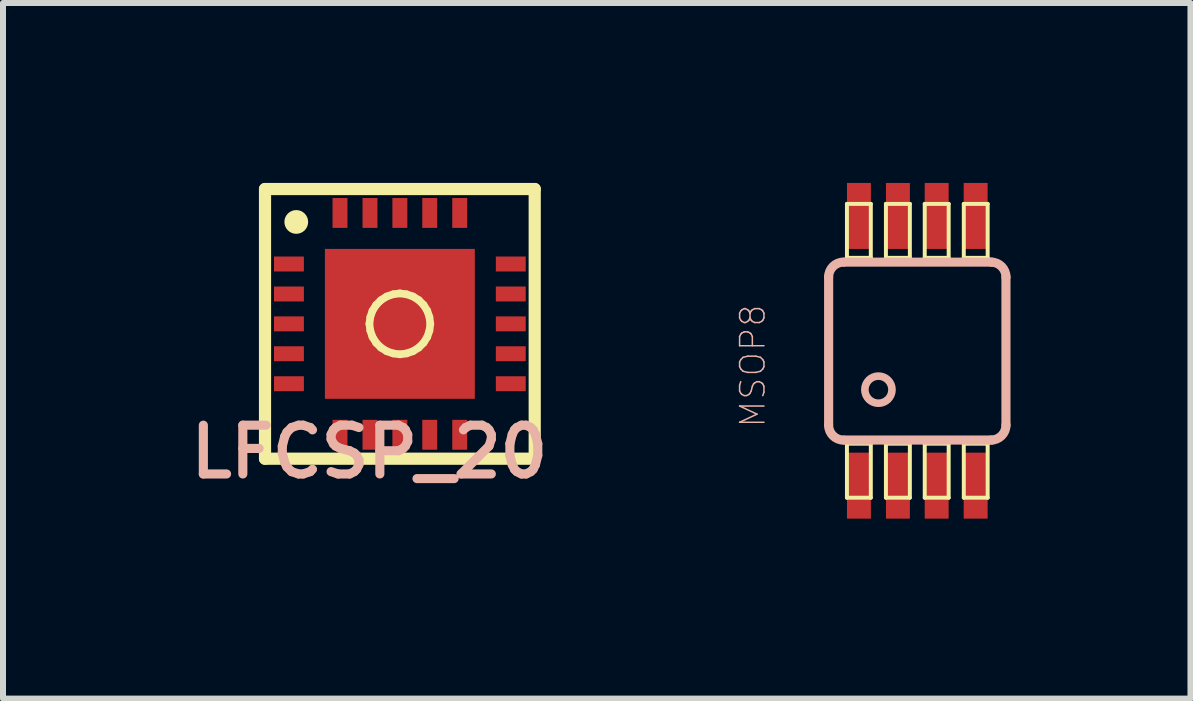
<source format=kicad_pcb>
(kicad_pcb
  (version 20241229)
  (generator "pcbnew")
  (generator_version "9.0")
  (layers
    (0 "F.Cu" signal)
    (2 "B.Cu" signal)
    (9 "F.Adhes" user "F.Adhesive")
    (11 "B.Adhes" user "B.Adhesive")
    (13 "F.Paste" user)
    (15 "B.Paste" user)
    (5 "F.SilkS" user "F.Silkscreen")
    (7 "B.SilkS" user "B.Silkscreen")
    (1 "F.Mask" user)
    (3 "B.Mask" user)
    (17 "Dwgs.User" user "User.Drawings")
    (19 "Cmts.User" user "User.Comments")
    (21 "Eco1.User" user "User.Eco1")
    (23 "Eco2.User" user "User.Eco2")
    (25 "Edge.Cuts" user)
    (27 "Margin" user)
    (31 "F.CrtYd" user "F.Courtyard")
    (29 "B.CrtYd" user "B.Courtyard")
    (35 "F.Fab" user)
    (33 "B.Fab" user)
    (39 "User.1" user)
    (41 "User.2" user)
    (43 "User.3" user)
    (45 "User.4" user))
  (footprint "LFCSP_20"
    (layer "F.Cu")
    (at 3.616 2.349)
    (property "Reference" "LFCSP_20" (at -0.508 2.134 0) (layer "B.SilkS") (effects (font (size 0.813 0.813) (thickness 0.152))))
    (attr smd)
    (fp_line (start -2.248 -2.248) (end -2.248 2.248) (stroke (width 0.203) (type solid)) (layer "F.SilkS"))
    (fp_line (start -2.248 2.248) (end 2.248 2.248) (stroke (width 0.203) (type solid)) (layer "F.SilkS"))
    (fp_line (start -0.508 0) (end -0.493 -0.112) (stroke (width 0.127) (type solid)) (layer "F.SilkS"))
    (fp_line (start -0.493 -0.112) (end -0.457 -0.218) (stroke (width 0.127) (type solid)) (layer "F.SilkS"))
    (fp_line (start -0.493 0.112) (end -0.508 0) (stroke (width 0.127) (type solid)) (layer "F.SilkS"))
    (fp_line (start -0.457 -0.218) (end -0.396 -0.315) (stroke (width 0.127) (type solid)) (layer "F.SilkS"))
    (fp_line (start -0.457 0.218) (end -0.493 0.112) (stroke (width 0.127) (type solid)) (layer "F.SilkS"))
    (fp_line (start -0.396 -0.315) (end -0.315 -0.396) (stroke (width 0.127) (type solid)) (layer "F.SilkS"))
    (fp_line (start -0.396 0.315) (end -0.457 0.218) (stroke (width 0.127) (type solid)) (layer "F.SilkS"))
    (fp_line (start -0.315 -0.396) (end -0.218 -0.457) (stroke (width 0.127) (type solid)) (layer "F.SilkS"))
    (fp_line (start -0.315 0.396) (end -0.396 0.315) (stroke (width 0.127) (type solid)) (layer "F.SilkS"))
    (fp_line (start -0.218 -0.457) (end -0.112 -0.493) (stroke (width 0.127) (type solid)) (layer "F.SilkS"))
    (fp_line (start -0.218 0.457) (end -0.315 0.396) (stroke (width 0.127) (type solid)) (layer "F.SilkS"))
    (fp_line (start -0.112 -0.493) (end 0 -0.508) (stroke (width 0.127) (type solid)) (layer "F.SilkS"))
    (fp_line (start -0.112 0.493) (end -0.218 0.457) (stroke (width 0.127) (type solid)) (layer "F.SilkS"))
    (fp_line (start 0 -0.508) (end 0.112 -0.493) (stroke (width 0.127) (type solid)) (layer "F.SilkS"))
    (fp_line (start 0 0.508) (end -0.112 0.493) (stroke (width 0.127) (type solid)) (layer "F.SilkS"))
    (fp_line (start 0.112 -0.493) (end 0.218 -0.457) (stroke (width 0.127) (type solid)) (layer "F.SilkS"))
    (fp_line (start 0.112 0.493) (end 0 0.508) (stroke (width 0.127) (type solid)) (layer "F.SilkS"))
    (fp_line (start 0.218 -0.457) (end 0.315 -0.396) (stroke (width 0.127) (type solid)) (layer "F.SilkS"))
    (fp_line (start 0.218 0.457) (end 0.112 0.493) (stroke (width 0.127) (type solid)) (layer "F.SilkS"))
    (fp_line (start 0.315 -0.396) (end 0.396 -0.315) (stroke (width 0.127) (type solid)) (layer "F.SilkS"))
    (fp_line (start 0.315 0.396) (end 0.218 0.457) (stroke (width 0.127) (type solid)) (layer "F.SilkS"))
    (fp_line (start 0.396 -0.315) (end 0.457 -0.218) (stroke (width 0.127) (type solid)) (layer "F.SilkS"))
    (fp_line (start 0.396 0.315) (end 0.315 0.396) (stroke (width 0.127) (type solid)) (layer "F.SilkS"))
    (fp_line (start 0.457 -0.218) (end 0.493 -0.112) (stroke (width 0.127) (type solid)) (layer "F.SilkS"))
    (fp_line (start 0.457 0.218) (end 0.396 0.315) (stroke (width 0.127) (type solid)) (layer "F.SilkS"))
    (fp_line (start 0.493 -0.112) (end 0.508 0) (stroke (width 0.127) (type solid)) (layer "F.SilkS"))
    (fp_line (start 0.493 0.112) (end 0.457 0.218) (stroke (width 0.127) (type solid)) (layer "F.SilkS"))
    (fp_line (start 0.508 0) (end 0.493 0.112) (stroke (width 0.127) (type solid)) (layer "F.SilkS"))
    (fp_line (start 2.248 -2.248) (end -2.248 -2.248) (stroke (width 0.203) (type solid)) (layer "F.SilkS"))
    (fp_line (start 2.248 2.248) (end 2.248 -2.248) (stroke (width 0.203) (type solid)) (layer "F.SilkS"))
    (fp_circle (center -1.727 -1.699) (end -1.867 -1.839) (stroke (width 0) (type solid)) (fill yes) (layer "F.SilkS"))
    (pad "1" smd rect (at -1.849 -0.998 270) (size 0.249 0.498) (layers "F.Cu" "F.Mask" "F.Paste"))
    (pad "2" smd rect (at -1.849 -0.498 270) (size 0.249 0.498) (layers "F.Cu" "F.Mask" "F.Paste"))
    (pad "3" smd rect (at -1.849 0 270) (size 0.249 0.498) (layers "F.Cu" "F.Mask" "F.Paste"))
    (pad "4" smd rect (at -1.849 0.498 270) (size 0.249 0.498) (layers "F.Cu" "F.Mask" "F.Paste"))
    (pad "5" smd rect (at -1.849 0.998 270) (size 0.249 0.498) (layers "F.Cu" "F.Mask" "F.Paste"))
    (pad "6" smd rect (at -0.998 1.849) (size 0.249 0.498) (layers "F.Cu" "F.Mask" "F.Paste"))
    (pad "7" smd rect (at -0.498 1.849) (size 0.249 0.498) (layers "F.Cu" "F.Mask" "F.Paste"))
    (pad "8" smd rect (at 0 1.849) (size 0.249 0.498) (layers "F.Cu" "F.Mask" "F.Paste"))
    (pad "9" smd rect (at 0.498 1.849) (size 0.249 0.498) (layers "F.Cu" "F.Mask" "F.Paste"))
    (pad "10" smd rect (at 0.998 1.849) (size 0.249 0.498) (layers "F.Cu" "F.Mask" "F.Paste"))
    (pad "11" smd rect (at 1.849 0.998 90) (size 0.249 0.498) (layers "F.Cu" "F.Mask" "F.Paste"))
    (pad "12" smd rect (at 1.849 0.498 90) (size 0.249 0.498) (layers "F.Cu" "F.Mask" "F.Paste"))
    (pad "13" smd rect (at 1.849 0 90) (size 0.249 0.498) (layers "F.Cu" "F.Mask" "F.Paste"))
    (pad "14" smd rect (at 1.849 -0.498 90) (size 0.249 0.498) (layers "F.Cu" "F.Mask" "F.Paste"))
    (pad "15" smd rect (at 1.849 -0.998 90) (size 0.249 0.498) (layers "F.Cu" "F.Mask" "F.Paste"))
    (pad "16" smd rect (at 0.998 -1.849 180) (size 0.249 0.498) (layers "F.Cu" "F.Mask" "F.Paste"))
    (pad "17" smd rect (at 0.498 -1.849 180) (size 0.249 0.498) (layers "F.Cu" "F.Mask" "F.Paste"))
    (pad "18" smd rect (at 0 -1.849 180) (size 0.249 0.498) (layers "F.Cu" "F.Mask" "F.Paste"))
    (pad "19" smd rect (at -0.498 -1.849 180) (size 0.249 0.498) (layers "F.Cu" "F.Mask" "F.Paste"))
    (pad "20" smd rect (at -0.998 -1.849 180) (size 0.249 0.498) (layers "F.Cu" "F.Mask" "F.Paste"))
    (pad "PAD" smd rect (at 0 0) (size 2.499 2.499) (layers "F.Cu" "F.Mask" "F.Paste")))
  (footprint "MSOP8"
    (layer "F.Cu")
    (at 12.242 2.798)
    (property "Reference" "MSOP8" (at -2.743 0.254 90) (layer "B.SilkS") (effects (font (size 0.406 0.406) (thickness 0.025))))
    (attr smd)
    (fp_line (start -1.173 -2.449) (end -0.775 -2.449) (stroke (width 0.066) (type solid)) (layer "F.SilkS"))
    (fp_line (start -1.173 -1.549) (end -1.173 -2.449) (stroke (width 0.066) (type solid)) (layer "F.SilkS"))
    (fp_line (start -1.173 -1.549) (end -0.775 -1.549) (stroke (width 0.066) (type solid)) (layer "F.SilkS"))
    (fp_line (start -1.173 1.549) (end -0.775 1.549) (stroke (width 0.066) (type solid)) (layer "F.SilkS"))
    (fp_line (start -1.173 2.449) (end -1.173 1.549) (stroke (width 0.066) (type solid)) (layer "F.SilkS"))
    (fp_line (start -1.173 2.449) (end -0.775 2.449) (stroke (width 0.066) (type solid)) (layer "F.SilkS"))
    (fp_line (start -0.775 -1.549) (end -0.775 -2.449) (stroke (width 0.066) (type solid)) (layer "F.SilkS"))
    (fp_line (start -0.775 2.449) (end -0.775 1.549) (stroke (width 0.066) (type solid)) (layer "F.SilkS"))
    (fp_line (start -0.523 -2.449) (end -0.124 -2.449) (stroke (width 0.066) (type solid)) (layer "F.SilkS"))
    (fp_line (start -0.523 -1.549) (end -0.523 -2.449) (stroke (width 0.066) (type solid)) (layer "F.SilkS"))
    (fp_line (start -0.523 -1.549) (end -0.124 -1.549) (stroke (width 0.066) (type solid)) (layer "F.SilkS"))
    (fp_line (start -0.523 1.549) (end -0.124 1.549) (stroke (width 0.066) (type solid)) (layer "F.SilkS"))
    (fp_line (start -0.523 2.449) (end -0.523 1.549) (stroke (width 0.066) (type solid)) (layer "F.SilkS"))
    (fp_line (start -0.523 2.449) (end -0.124 2.449) (stroke (width 0.066) (type solid)) (layer "F.SilkS"))
    (fp_line (start -0.124 -1.549) (end -0.124 -2.449) (stroke (width 0.066) (type solid)) (layer "F.SilkS"))
    (fp_line (start -0.124 2.449) (end -0.124 1.549) (stroke (width 0.066) (type solid)) (layer "F.SilkS"))
    (fp_line (start 0.124 -2.449) (end 0.523 -2.449) (stroke (width 0.066) (type solid)) (layer "F.SilkS"))
    (fp_line (start 0.124 -1.549) (end 0.124 -2.449) (stroke (width 0.066) (type solid)) (layer "F.SilkS"))
    (fp_line (start 0.124 -1.549) (end 0.523 -1.549) (stroke (width 0.066) (type solid)) (layer "F.SilkS"))
    (fp_line (start 0.124 1.549) (end 0.523 1.549) (stroke (width 0.066) (type solid)) (layer "F.SilkS"))
    (fp_line (start 0.124 2.449) (end 0.124 1.549) (stroke (width 0.066) (type solid)) (layer "F.SilkS"))
    (fp_line (start 0.124 2.449) (end 0.523 2.449) (stroke (width 0.066) (type solid)) (layer "F.SilkS"))
    (fp_line (start 0.523 -1.549) (end 0.523 -2.449) (stroke (width 0.066) (type solid)) (layer "F.SilkS"))
    (fp_line (start 0.523 2.449) (end 0.523 1.549) (stroke (width 0.066) (type solid)) (layer "F.SilkS"))
    (fp_line (start 0.775 -2.449) (end 1.173 -2.449) (stroke (width 0.066) (type solid)) (layer "F.SilkS"))
    (fp_line (start 0.775 -1.549) (end 0.775 -2.449) (stroke (width 0.066) (type solid)) (layer "F.SilkS"))
    (fp_line (start 0.775 -1.549) (end 1.173 -1.549) (stroke (width 0.066) (type solid)) (layer "F.SilkS"))
    (fp_line (start 0.775 1.549) (end 1.173 1.549) (stroke (width 0.066) (type solid)) (layer "F.SilkS"))
    (fp_line (start 0.775 2.449) (end 0.775 1.549) (stroke (width 0.066) (type solid)) (layer "F.SilkS"))
    (fp_line (start 0.775 2.449) (end 1.173 2.449) (stroke (width 0.066) (type solid)) (layer "F.SilkS"))
    (fp_line (start 1.173 -1.549) (end 1.173 -2.449) (stroke (width 0.066) (type solid)) (layer "F.SilkS"))
    (fp_line (start 1.173 2.449) (end 1.173 1.549) (stroke (width 0.066) (type solid)) (layer "F.SilkS"))
    (fp_line (start -1.478 -1.229) (end -1.478 1.229) (stroke (width 0.152) (type solid)) (layer "B.SilkS"))
    (fp_line (start -1.219 -1.478) (end 1.24 -1.478) (stroke (width 0.152) (type solid)) (layer "B.SilkS"))
    (fp_line (start 1.24 1.488) (end -1.219 1.488) (stroke (width 0.152) (type solid)) (layer "B.SilkS"))
    (fp_line (start 1.478 1.24) (end 1.478 -1.229) (stroke (width 0.152) (type solid)) (layer "B.SilkS"))
    (fp_arc (start -1.47828 -1.22936) (mid -1.405373 -1.405373) (end -1.22936 -1.47828) (stroke (width 0.1524) (type solid)) (layer "B.SilkS"))
    (fp_arc (start -1.22936 1.48844) (mid -1.405373 1.415533) (end -1.47828 1.23952) (stroke (width 0.1524) (type solid)) (layer "B.SilkS"))
    (fp_arc (start 1.22936 -1.47828) (mid 1.405373 -1.405373) (end 1.47828 -1.22936) (stroke (width 0.1524) (type solid)) (layer "B.SilkS"))
    (fp_arc (start 1.47828 1.23952) (mid 1.405373 1.415533) (end 1.22936 1.48844) (stroke (width 0.1524) (type solid)) (layer "B.SilkS"))
    (fp_circle (center -0.648 0.648) (end -0.808 0.808) (stroke (width 0.127) (type solid)) (fill no) (layer "B.SilkS"))
    (pad "1" smd rect (at -0.973 2.248) (size 0.399 1.1) (layers "F.Cu" "F.Mask" "F.Paste"))
    (pad "2" smd rect (at -0.323 2.248) (size 0.399 1.1) (layers "F.Cu" "F.Mask" "F.Paste"))
    (pad "3" smd rect (at 0.323 2.248) (size 0.399 1.1) (layers "F.Cu" "F.Mask" "F.Paste"))
    (pad "4" smd rect (at 0.973 2.248) (size 0.399 1.1) (layers "F.Cu" "F.Mask" "F.Paste"))
    (pad "5" smd rect (at 0.973 -2.248) (size 0.399 1.1) (layers "F.Cu" "F.Mask" "F.Paste"))
    (pad "6" smd rect (at 0.323 -2.248) (size 0.399 1.1) (layers "F.Cu" "F.Mask" "F.Paste"))
    (pad "7" smd rect (at -0.323 -2.248) (size 0.399 1.1) (layers "F.Cu" "F.Mask" "F.Paste"))
    (pad "8" smd rect (at -0.973 -2.248) (size 0.399 1.1) (layers "F.Cu" "F.Mask" "F.Paste")))
  (gr_rect
    (start -3 -3)
    (end 16.796 8.596)
    (stroke (width 0.1) (type default))
    (fill no)
    (layer "Edge.Cuts")))
</source>
